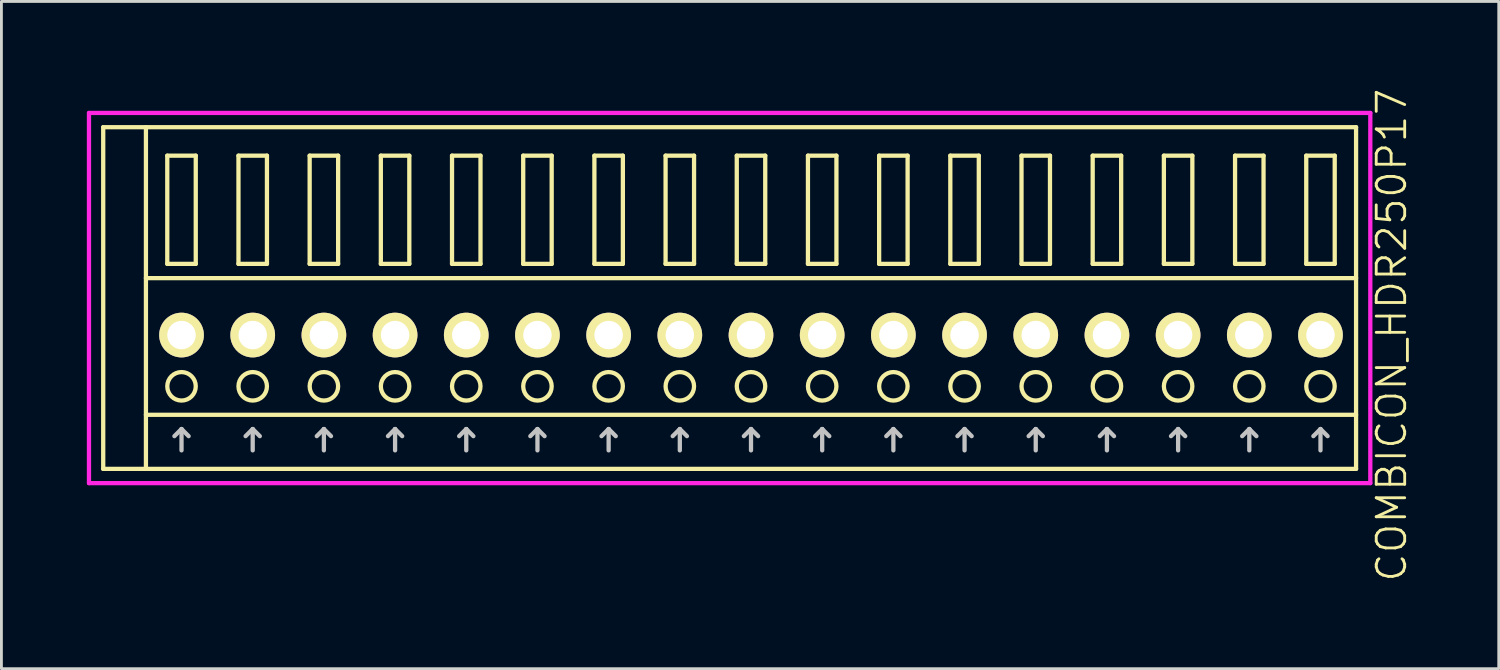
<source format=kicad_pcb>
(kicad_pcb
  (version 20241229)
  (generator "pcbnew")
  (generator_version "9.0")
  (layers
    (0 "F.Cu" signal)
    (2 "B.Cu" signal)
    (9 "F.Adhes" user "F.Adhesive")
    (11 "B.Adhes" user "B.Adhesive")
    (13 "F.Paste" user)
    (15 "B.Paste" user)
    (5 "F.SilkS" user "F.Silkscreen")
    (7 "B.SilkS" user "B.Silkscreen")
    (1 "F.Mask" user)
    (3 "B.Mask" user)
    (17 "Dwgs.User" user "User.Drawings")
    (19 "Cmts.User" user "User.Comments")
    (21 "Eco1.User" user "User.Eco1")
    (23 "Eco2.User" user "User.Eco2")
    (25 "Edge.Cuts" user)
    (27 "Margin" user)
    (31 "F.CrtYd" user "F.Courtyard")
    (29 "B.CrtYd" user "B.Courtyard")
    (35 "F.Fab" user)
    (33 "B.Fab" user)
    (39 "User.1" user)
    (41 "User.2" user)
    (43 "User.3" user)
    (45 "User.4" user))
  (footprint "COMBICON_HDR250P17"
    (layer "F.Cu")
    (at 23.325 8.717)
    (property "Reference" "COMBICON_HDR250P17" (at 22.5 0 90) (layer "F.SilkS") (effects (font (size 1 1) (thickness 0.1))))
    (attr through_hole)
    (fp_line (start -22.75 -7.3) (end -22.75 4.7) (stroke (width 0.15) (type solid)) (layer "F.SilkS"))
    (fp_line (start -22.75 4.7) (end 21.25 4.7) (stroke (width 0.15) (type solid)) (layer "F.SilkS"))
    (fp_line (start -21.25 -2) (end 21.25 -2) (stroke (width 0.15) (type solid)) (layer "F.SilkS"))
    (fp_line (start -21.25 2.8) (end 21.25 2.8) (stroke (width 0.15) (type solid)) (layer "F.SilkS"))
    (fp_line (start -21.25 4.7) (end -21.25 -7.3) (stroke (width 0.15) (type solid)) (layer "F.SilkS"))
    (fp_line (start -20.5 -6.3) (end -20.5 -2.5) (stroke (width 0.15) (type solid)) (layer "F.SilkS"))
    (fp_line (start -20.5 -2.5) (end -19.5 -2.5) (stroke (width 0.15) (type solid)) (layer "F.SilkS"))
    (fp_line (start -19.5 -6.3) (end -20.5 -6.3) (stroke (width 0.15) (type solid)) (layer "F.SilkS"))
    (fp_line (start -19.5 -2.5) (end -19.5 -6.3) (stroke (width 0.15) (type solid)) (layer "F.SilkS"))
    (fp_line (start -18 -6.3) (end -18 -2.5) (stroke (width 0.15) (type solid)) (layer "F.SilkS"))
    (fp_line (start -18 -2.5) (end -17 -2.5) (stroke (width 0.15) (type solid)) (layer "F.SilkS"))
    (fp_line (start -17 -6.3) (end -18 -6.3) (stroke (width 0.15) (type solid)) (layer "F.SilkS"))
    (fp_line (start -17 -2.5) (end -17 -6.3) (stroke (width 0.15) (type solid)) (layer "F.SilkS"))
    (fp_line (start -15.5 -6.3) (end -15.5 -2.5) (stroke (width 0.15) (type solid)) (layer "F.SilkS"))
    (fp_line (start -15.5 -2.5) (end -14.5 -2.5) (stroke (width 0.15) (type solid)) (layer "F.SilkS"))
    (fp_line (start -14.5 -6.3) (end -15.5 -6.3) (stroke (width 0.15) (type solid)) (layer "F.SilkS"))
    (fp_line (start -14.5 -2.5) (end -14.5 -6.3) (stroke (width 0.15) (type solid)) (layer "F.SilkS"))
    (fp_line (start -13 -6.3) (end -13 -2.5) (stroke (width 0.15) (type solid)) (layer "F.SilkS"))
    (fp_line (start -13 -2.5) (end -12 -2.5) (stroke (width 0.15) (type solid)) (layer "F.SilkS"))
    (fp_line (start -12 -6.3) (end -13 -6.3) (stroke (width 0.15) (type solid)) (layer "F.SilkS"))
    (fp_line (start -12 -2.5) (end -12 -6.3) (stroke (width 0.15) (type solid)) (layer "F.SilkS"))
    (fp_line (start -10.5 -6.3) (end -10.5 -2.5) (stroke (width 0.15) (type solid)) (layer "F.SilkS"))
    (fp_line (start -10.5 -2.5) (end -9.5 -2.5) (stroke (width 0.15) (type solid)) (layer "F.SilkS"))
    (fp_line (start -9.5 -6.3) (end -10.5 -6.3) (stroke (width 0.15) (type solid)) (layer "F.SilkS"))
    (fp_line (start -9.5 -2.5) (end -9.5 -6.3) (stroke (width 0.15) (type solid)) (layer "F.SilkS"))
    (fp_line (start -8 -6.3) (end -8 -2.5) (stroke (width 0.15) (type solid)) (layer "F.SilkS"))
    (fp_line (start -8 -2.5) (end -7 -2.5) (stroke (width 0.15) (type solid)) (layer "F.SilkS"))
    (fp_line (start -7 -6.3) (end -8 -6.3) (stroke (width 0.15) (type solid)) (layer "F.SilkS"))
    (fp_line (start -7 -2.5) (end -7 -6.3) (stroke (width 0.15) (type solid)) (layer "F.SilkS"))
    (fp_line (start -5.5 -6.3) (end -5.5 -2.5) (stroke (width 0.15) (type solid)) (layer "F.SilkS"))
    (fp_line (start -5.5 -2.5) (end -4.5 -2.5) (stroke (width 0.15) (type solid)) (layer "F.SilkS"))
    (fp_line (start -4.5 -6.3) (end -5.5 -6.3) (stroke (width 0.15) (type solid)) (layer "F.SilkS"))
    (fp_line (start -4.5 -2.5) (end -4.5 -6.3) (stroke (width 0.15) (type solid)) (layer "F.SilkS"))
    (fp_line (start -3 -6.3) (end -3 -2.5) (stroke (width 0.15) (type solid)) (layer "F.SilkS"))
    (fp_line (start -3 -2.5) (end -2 -2.5) (stroke (width 0.15) (type solid)) (layer "F.SilkS"))
    (fp_line (start -2 -6.3) (end -3 -6.3) (stroke (width 0.15) (type solid)) (layer "F.SilkS"))
    (fp_line (start -2 -2.5) (end -2 -6.3) (stroke (width 0.15) (type solid)) (layer "F.SilkS"))
    (fp_line (start -0.5 -6.3) (end -0.5 -2.5) (stroke (width 0.15) (type solid)) (layer "F.SilkS"))
    (fp_line (start -0.5 -2.5) (end 0.5 -2.5) (stroke (width 0.15) (type solid)) (layer "F.SilkS"))
    (fp_line (start 0.5 -6.3) (end -0.5 -6.3) (stroke (width 0.15) (type solid)) (layer "F.SilkS"))
    (fp_line (start 0.5 -2.5) (end 0.5 -6.3) (stroke (width 0.15) (type solid)) (layer "F.SilkS"))
    (fp_line (start 2 -6.3) (end 2 -2.5) (stroke (width 0.15) (type solid)) (layer "F.SilkS"))
    (fp_line (start 2 -2.5) (end 3 -2.5) (stroke (width 0.15) (type solid)) (layer "F.SilkS"))
    (fp_line (start 3 -6.3) (end 2 -6.3) (stroke (width 0.15) (type solid)) (layer "F.SilkS"))
    (fp_line (start 3 -2.5) (end 3 -6.3) (stroke (width 0.15) (type solid)) (layer "F.SilkS"))
    (fp_line (start 4.5 -6.3) (end 4.5 -2.5) (stroke (width 0.15) (type solid)) (layer "F.SilkS"))
    (fp_line (start 4.5 -2.5) (end 5.5 -2.5) (stroke (width 0.15) (type solid)) (layer "F.SilkS"))
    (fp_line (start 5.5 -6.3) (end 4.5 -6.3) (stroke (width 0.15) (type solid)) (layer "F.SilkS"))
    (fp_line (start 5.5 -2.5) (end 5.5 -6.3) (stroke (width 0.15) (type solid)) (layer "F.SilkS"))
    (fp_line (start 7 -6.3) (end 7 -2.5) (stroke (width 0.15) (type solid)) (layer "F.SilkS"))
    (fp_line (start 7 -2.5) (end 8 -2.5) (stroke (width 0.15) (type solid)) (layer "F.SilkS"))
    (fp_line (start 8 -6.3) (end 7 -6.3) (stroke (width 0.15) (type solid)) (layer "F.SilkS"))
    (fp_line (start 8 -2.5) (end 8 -6.3) (stroke (width 0.15) (type solid)) (layer "F.SilkS"))
    (fp_line (start 9.5 -6.3) (end 9.5 -2.5) (stroke (width 0.15) (type solid)) (layer "F.SilkS"))
    (fp_line (start 9.5 -2.5) (end 10.5 -2.5) (stroke (width 0.15) (type solid)) (layer "F.SilkS"))
    (fp_line (start 10.5 -6.3) (end 9.5 -6.3) (stroke (width 0.15) (type solid)) (layer "F.SilkS"))
    (fp_line (start 10.5 -2.5) (end 10.5 -6.3) (stroke (width 0.15) (type solid)) (layer "F.SilkS"))
    (fp_line (start 12 -6.3) (end 12 -2.5) (stroke (width 0.15) (type solid)) (layer "F.SilkS"))
    (fp_line (start 12 -2.5) (end 13 -2.5) (stroke (width 0.15) (type solid)) (layer "F.SilkS"))
    (fp_line (start 13 -6.3) (end 12 -6.3) (stroke (width 0.15) (type solid)) (layer "F.SilkS"))
    (fp_line (start 13 -2.5) (end 13 -6.3) (stroke (width 0.15) (type solid)) (layer "F.SilkS"))
    (fp_line (start 14.5 -6.3) (end 14.5 -2.5) (stroke (width 0.15) (type solid)) (layer "F.SilkS"))
    (fp_line (start 14.5 -2.5) (end 15.5 -2.5) (stroke (width 0.15) (type solid)) (layer "F.SilkS"))
    (fp_line (start 15.5 -6.3) (end 14.5 -6.3) (stroke (width 0.15) (type solid)) (layer "F.SilkS"))
    (fp_line (start 15.5 -2.5) (end 15.5 -6.3) (stroke (width 0.15) (type solid)) (layer "F.SilkS"))
    (fp_line (start 17 -6.3) (end 17 -2.5) (stroke (width 0.15) (type solid)) (layer "F.SilkS"))
    (fp_line (start 17 -2.5) (end 18 -2.5) (stroke (width 0.15) (type solid)) (layer "F.SilkS"))
    (fp_line (start 18 -6.3) (end 17 -6.3) (stroke (width 0.15) (type solid)) (layer "F.SilkS"))
    (fp_line (start 18 -2.5) (end 18 -6.3) (stroke (width 0.15) (type solid)) (layer "F.SilkS"))
    (fp_line (start 19.5 -6.3) (end 19.5 -2.5) (stroke (width 0.15) (type solid)) (layer "F.SilkS"))
    (fp_line (start 19.5 -2.5) (end 20.5 -2.5) (stroke (width 0.15) (type solid)) (layer "F.SilkS"))
    (fp_line (start 20.5 -6.3) (end 19.5 -6.3) (stroke (width 0.15) (type solid)) (layer "F.SilkS"))
    (fp_line (start 20.5 -2.5) (end 20.5 -6.3) (stroke (width 0.15) (type solid)) (layer "F.SilkS"))
    (fp_line (start 21.25 -7.3) (end -22.75 -7.3) (stroke (width 0.15) (type solid)) (layer "F.SilkS"))
    (fp_line (start 21.25 4.7) (end 21.25 -7.3) (stroke (width 0.15) (type solid)) (layer "F.SilkS"))
    (fp_circle (center -20 1.8) (end -19.5 1.8) (stroke (width 0.15) (type solid)) (fill no) (layer "F.SilkS"))
    (fp_circle (center -17.5 1.8) (end -17 1.8) (stroke (width 0.15) (type solid)) (fill no) (layer "F.SilkS"))
    (fp_circle (center -15 1.8) (end -14.5 1.8) (stroke (width 0.15) (type solid)) (fill no) (layer "F.SilkS"))
    (fp_circle (center -12.5 1.8) (end -12 1.8) (stroke (width 0.15) (type solid)) (fill no) (layer "F.SilkS"))
    (fp_circle (center -10 1.8) (end -9.5 1.8) (stroke (width 0.15) (type solid)) (fill no) (layer "F.SilkS"))
    (fp_circle (center -7.5 1.8) (end -7 1.8) (stroke (width 0.15) (type solid)) (fill no) (layer "F.SilkS"))
    (fp_circle (center -5 1.8) (end -4.5 1.8) (stroke (width 0.15) (type solid)) (fill no) (layer "F.SilkS"))
    (fp_circle (center -2.5 1.8) (end -2 1.8) (stroke (width 0.15) (type solid)) (fill no) (layer "F.SilkS"))
    (fp_circle (center 0 1.8) (end 0.5 1.8) (stroke (width 0.15) (type solid)) (fill no) (layer "F.SilkS"))
    (fp_circle (center 2.5 1.8) (end 3 1.8) (stroke (width 0.15) (type solid)) (fill no) (layer "F.SilkS"))
    (fp_circle (center 5 1.8) (end 5.5 1.8) (stroke (width 0.15) (type solid)) (fill no) (layer "F.SilkS"))
    (fp_circle (center 7.5 1.8) (end 8 1.8) (stroke (width 0.15) (type solid)) (fill no) (layer "F.SilkS"))
    (fp_circle (center 10 1.8) (end 10.5 1.8) (stroke (width 0.15) (type solid)) (fill no) (layer "F.SilkS"))
    (fp_circle (center 12.5 1.8) (end 13 1.8) (stroke (width 0.15) (type solid)) (fill no) (layer "F.SilkS"))
    (fp_circle (center 15 1.8) (end 15.5 1.8) (stroke (width 0.15) (type solid)) (fill no) (layer "F.SilkS"))
    (fp_circle (center 17.5 1.8) (end 18 1.8) (stroke (width 0.15) (type solid)) (fill no) (layer "F.SilkS"))
    (fp_circle (center 20 1.8) (end 20.5 1.8) (stroke (width 0.15) (type solid)) (fill no) (layer "F.SilkS"))
    (fp_line (start -20.25 3.55) (end -20 3.3) (stroke (width 0.15) (type solid)) (layer "Dwgs.User"))
    (fp_line (start -20 4.05) (end -20 3.3) (stroke (width 0.15) (type solid)) (layer "Dwgs.User"))
    (fp_line (start -19.75 3.55) (end -20 3.3) (stroke (width 0.15) (type solid)) (layer "Dwgs.User"))
    (fp_line (start -17.75 3.55) (end -17.5 3.3) (stroke (width 0.15) (type solid)) (layer "Dwgs.User"))
    (fp_line (start -17.5 4.05) (end -17.5 3.3) (stroke (width 0.15) (type solid)) (layer "Dwgs.User"))
    (fp_line (start -17.25 3.55) (end -17.5 3.3) (stroke (width 0.15) (type solid)) (layer "Dwgs.User"))
    (fp_line (start -15.25 3.55) (end -15 3.3) (stroke (width 0.15) (type solid)) (layer "Dwgs.User"))
    (fp_line (start -15 4.05) (end -15 3.3) (stroke (width 0.15) (type solid)) (layer "Dwgs.User"))
    (fp_line (start -14.75 3.55) (end -15 3.3) (stroke (width 0.15) (type solid)) (layer "Dwgs.User"))
    (fp_line (start -12.75 3.55) (end -12.5 3.3) (stroke (width 0.15) (type solid)) (layer "Dwgs.User"))
    (fp_line (start -12.5 4.05) (end -12.5 3.3) (stroke (width 0.15) (type solid)) (layer "Dwgs.User"))
    (fp_line (start -12.25 3.55) (end -12.5 3.3) (stroke (width 0.15) (type solid)) (layer "Dwgs.User"))
    (fp_line (start -10.25 3.55) (end -10 3.3) (stroke (width 0.15) (type solid)) (layer "Dwgs.User"))
    (fp_line (start -10 4.05) (end -10 3.3) (stroke (width 0.15) (type solid)) (layer "Dwgs.User"))
    (fp_line (start -9.75 3.55) (end -10 3.3) (stroke (width 0.15) (type solid)) (layer "Dwgs.User"))
    (fp_line (start -7.75 3.55) (end -7.5 3.3) (stroke (width 0.15) (type solid)) (layer "Dwgs.User"))
    (fp_line (start -7.5 4.05) (end -7.5 3.3) (stroke (width 0.15) (type solid)) (layer "Dwgs.User"))
    (fp_line (start -7.25 3.55) (end -7.5 3.3) (stroke (width 0.15) (type solid)) (layer "Dwgs.User"))
    (fp_line (start -5.25 3.55) (end -5 3.3) (stroke (width 0.15) (type solid)) (layer "Dwgs.User"))
    (fp_line (start -5 4.05) (end -5 3.3) (stroke (width 0.15) (type solid)) (layer "Dwgs.User"))
    (fp_line (start -4.75 3.55) (end -5 3.3) (stroke (width 0.15) (type solid)) (layer "Dwgs.User"))
    (fp_line (start -2.75 3.55) (end -2.5 3.3) (stroke (width 0.15) (type solid)) (layer "Dwgs.User"))
    (fp_line (start -2.5 4.05) (end -2.5 3.3) (stroke (width 0.15) (type solid)) (layer "Dwgs.User"))
    (fp_line (start -2.25 3.55) (end -2.5 3.3) (stroke (width 0.15) (type solid)) (layer "Dwgs.User"))
    (fp_line (start -0.25 3.55) (end 0 3.3) (stroke (width 0.15) (type solid)) (layer "Dwgs.User"))
    (fp_line (start 0 4.05) (end 0 3.3) (stroke (width 0.15) (type solid)) (layer "Dwgs.User"))
    (fp_line (start 0.25 3.55) (end 0 3.3) (stroke (width 0.15) (type solid)) (layer "Dwgs.User"))
    (fp_line (start 2.25 3.55) (end 2.5 3.3) (stroke (width 0.15) (type solid)) (layer "Dwgs.User"))
    (fp_line (start 2.5 4.05) (end 2.5 3.3) (stroke (width 0.15) (type solid)) (layer "Dwgs.User"))
    (fp_line (start 2.75 3.55) (end 2.5 3.3) (stroke (width 0.15) (type solid)) (layer "Dwgs.User"))
    (fp_line (start 4.75 3.55) (end 5 3.3) (stroke (width 0.15) (type solid)) (layer "Dwgs.User"))
    (fp_line (start 5 4.05) (end 5 3.3) (stroke (width 0.15) (type solid)) (layer "Dwgs.User"))
    (fp_line (start 5.25 3.55) (end 5 3.3) (stroke (width 0.15) (type solid)) (layer "Dwgs.User"))
    (fp_line (start 7.25 3.55) (end 7.5 3.3) (stroke (width 0.15) (type solid)) (layer "Dwgs.User"))
    (fp_line (start 7.5 4.05) (end 7.5 3.3) (stroke (width 0.15) (type solid)) (layer "Dwgs.User"))
    (fp_line (start 7.75 3.55) (end 7.5 3.3) (stroke (width 0.15) (type solid)) (layer "Dwgs.User"))
    (fp_line (start 9.75 3.55) (end 10 3.3) (stroke (width 0.15) (type solid)) (layer "Dwgs.User"))
    (fp_line (start 10 4.05) (end 10 3.3) (stroke (width 0.15) (type solid)) (layer "Dwgs.User"))
    (fp_line (start 10.25 3.55) (end 10 3.3) (stroke (width 0.15) (type solid)) (layer "Dwgs.User"))
    (fp_line (start 12.25 3.55) (end 12.5 3.3) (stroke (width 0.15) (type solid)) (layer "Dwgs.User"))
    (fp_line (start 12.5 4.05) (end 12.5 3.3) (stroke (width 0.15) (type solid)) (layer "Dwgs.User"))
    (fp_line (start 12.75 3.55) (end 12.5 3.3) (stroke (width 0.15) (type solid)) (layer "Dwgs.User"))
    (fp_line (start 14.75 3.55) (end 15 3.3) (stroke (width 0.15) (type solid)) (layer "Dwgs.User"))
    (fp_line (start 15 4.05) (end 15 3.3) (stroke (width 0.15) (type solid)) (layer "Dwgs.User"))
    (fp_line (start 15.25 3.55) (end 15 3.3) (stroke (width 0.15) (type solid)) (layer "Dwgs.User"))
    (fp_line (start 17.25 3.55) (end 17.5 3.3) (stroke (width 0.15) (type solid)) (layer "Dwgs.User"))
    (fp_line (start 17.5 4.05) (end 17.5 3.3) (stroke (width 0.15) (type solid)) (layer "Dwgs.User"))
    (fp_line (start 17.75 3.55) (end 17.5 3.3) (stroke (width 0.15) (type solid)) (layer "Dwgs.User"))
    (fp_line (start 19.75 3.55) (end 20 3.3) (stroke (width 0.15) (type solid)) (layer "Dwgs.User"))
    (fp_line (start 20 4.05) (end 20 3.3) (stroke (width 0.15) (type solid)) (layer "Dwgs.User"))
    (fp_line (start 20.25 3.55) (end 20 3.3) (stroke (width 0.15) (type solid)) (layer "Dwgs.User"))
    (fp_line (start -23.25 -7.8) (end -23.25 5.2) (stroke (width 0.15) (type solid)) (layer "F.CrtYd"))
    (fp_line (start -23.25 5.2) (end 21.75 5.2) (stroke (width 0.15) (type solid)) (layer "F.CrtYd"))
    (fp_line (start 21.75 -7.8) (end -23.25 -7.8) (stroke (width 0.15) (type solid)) (layer "F.CrtYd"))
    (fp_line (start 21.75 5.2) (end 21.75 -7.8) (stroke (width 0.15) (type solid)) (layer "F.CrtYd"))
    (pad "1" thru_hole oval (at -20 0) (size 1.57 1.57) (drill 1) (layers "*.Cu" "*.Mask" "F.SilkS"))
    (pad "2" thru_hole oval (at -17.5 0) (size 1.57 1.57) (drill 1) (layers "*.Cu" "*.Mask" "F.SilkS"))
    (pad "3" thru_hole oval (at -15 0) (size 1.57 1.57) (drill 1) (layers "*.Cu" "*.Mask" "F.SilkS"))
    (pad "4" thru_hole oval (at -12.5 0) (size 1.57 1.57) (drill 1) (layers "*.Cu" "*.Mask" "F.SilkS"))
    (pad "5" thru_hole oval (at -10 0) (size 1.57 1.57) (drill 1) (layers "*.Cu" "*.Mask" "F.SilkS"))
    (pad "6" thru_hole oval (at -7.5 0) (size 1.57 1.57) (drill 1) (layers "*.Cu" "*.Mask" "F.SilkS"))
    (pad "7" thru_hole oval (at -5 0) (size 1.57 1.57) (drill 1) (layers "*.Cu" "*.Mask" "F.SilkS"))
    (pad "8" thru_hole oval (at -2.5 0) (size 1.57 1.57) (drill 1) (layers "*.Cu" "*.Mask" "F.SilkS"))
    (pad "9" thru_hole oval (at 0 0) (size 1.57 1.57) (drill 1) (layers "*.Cu" "*.Mask" "F.SilkS"))
    (pad "10" thru_hole oval (at 2.5 0) (size 1.57 1.57) (drill 1) (layers "*.Cu" "*.Mask" "F.SilkS"))
    (pad "11" thru_hole oval (at 5 0) (size 1.57 1.57) (drill 1) (layers "*.Cu" "*.Mask" "F.SilkS"))
    (pad "12" thru_hole oval (at 7.5 0) (size 1.57 1.57) (drill 1) (layers "*.Cu" "*.Mask" "F.SilkS"))
    (pad "13" thru_hole oval (at 10 0) (size 1.57 1.57) (drill 1) (layers "*.Cu" "*.Mask" "F.SilkS"))
    (pad "14" thru_hole oval (at 12.5 0) (size 1.57 1.57) (drill 1) (layers "*.Cu" "*.Mask" "F.SilkS"))
    (pad "15" thru_hole oval (at 15 0) (size 1.57 1.57) (drill 1) (layers "*.Cu" "*.Mask" "F.SilkS"))
    (pad "16" thru_hole oval (at 17.5 0) (size 1.57 1.57) (drill 1) (layers "*.Cu" "*.Mask" "F.SilkS"))
    (pad "17" thru_hole oval (at 20 0) (size 1.57 1.57) (drill 1) (layers "*.Cu" "*.Mask" "F.SilkS")))
  (gr_rect
    (start -3 -3)
    (end 49.586 20.433)
    (stroke (width 0.1) (type default))
    (fill no)
    (layer "Edge.Cuts")))
</source>
